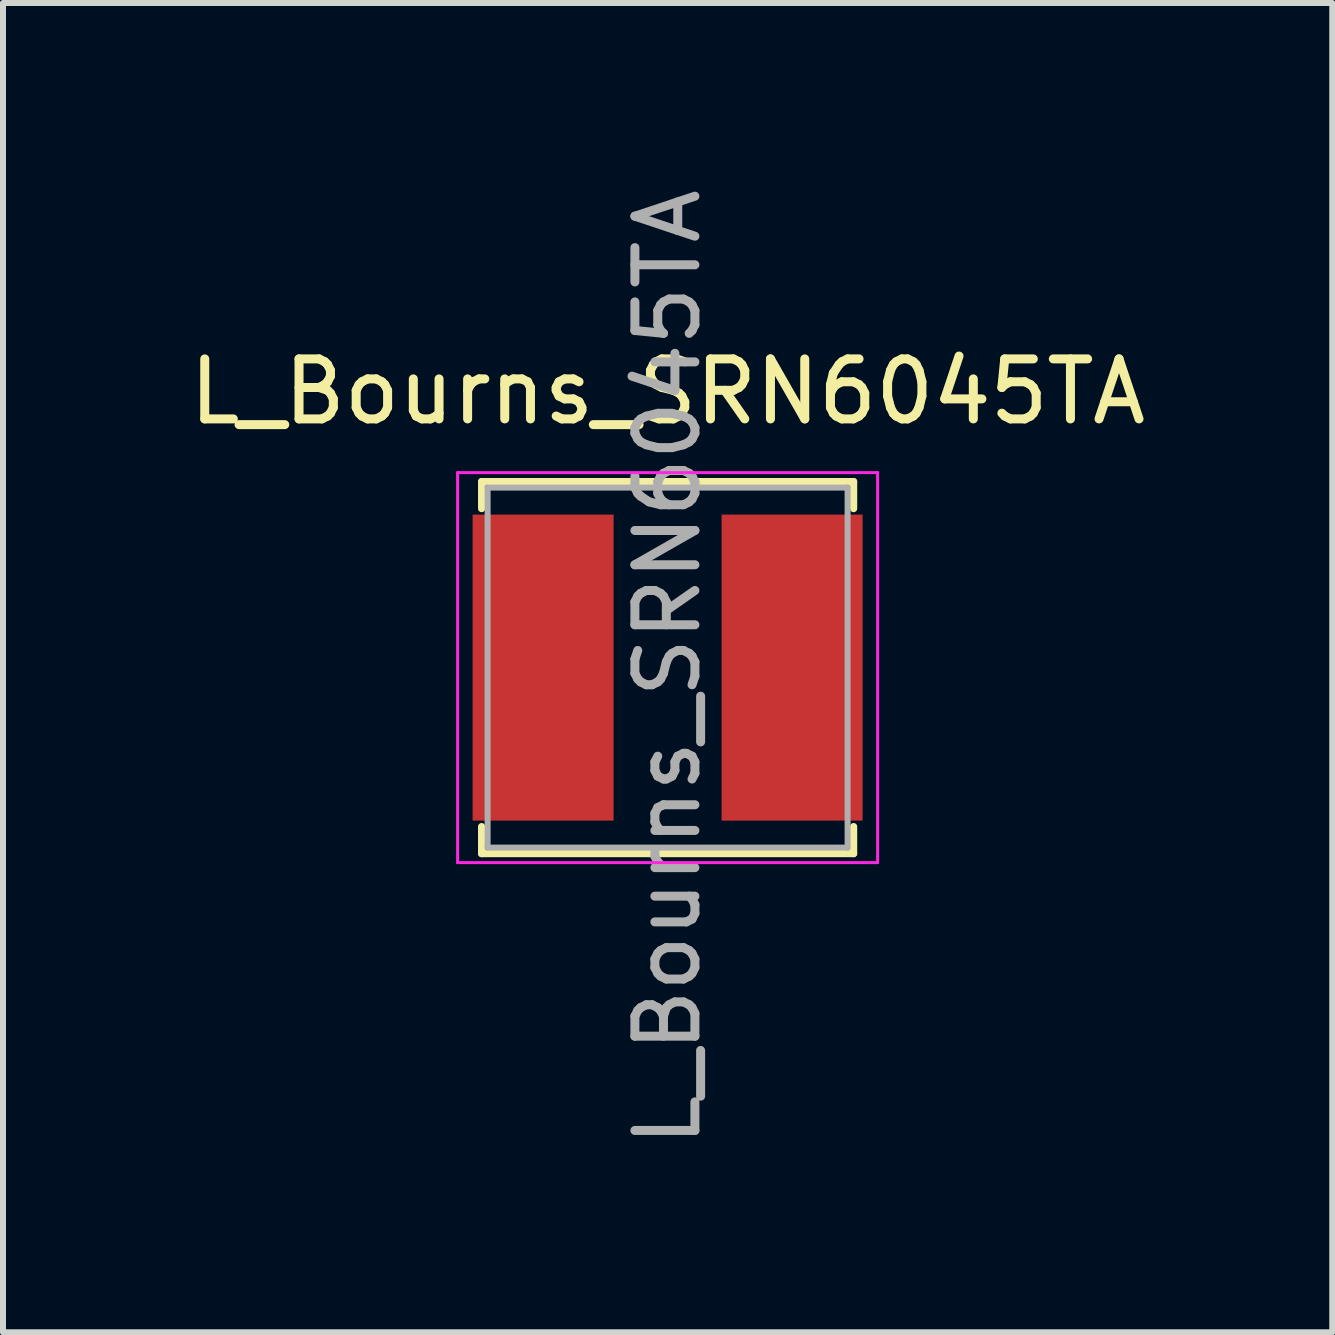
<source format=kicad_pcb>
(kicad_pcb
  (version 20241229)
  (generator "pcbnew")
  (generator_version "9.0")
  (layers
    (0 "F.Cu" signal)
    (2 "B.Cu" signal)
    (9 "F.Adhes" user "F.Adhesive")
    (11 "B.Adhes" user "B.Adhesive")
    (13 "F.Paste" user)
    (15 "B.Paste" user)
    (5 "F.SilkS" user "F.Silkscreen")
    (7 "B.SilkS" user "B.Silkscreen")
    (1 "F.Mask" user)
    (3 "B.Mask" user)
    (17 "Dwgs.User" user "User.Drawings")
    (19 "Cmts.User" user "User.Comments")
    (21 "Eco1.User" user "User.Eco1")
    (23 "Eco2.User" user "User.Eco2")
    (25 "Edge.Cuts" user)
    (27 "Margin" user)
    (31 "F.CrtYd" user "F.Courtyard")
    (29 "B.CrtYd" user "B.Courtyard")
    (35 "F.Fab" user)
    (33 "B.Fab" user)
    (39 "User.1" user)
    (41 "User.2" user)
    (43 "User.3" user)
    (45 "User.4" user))
  (footprint "L_Bourns_SRN6045TA"
    (layer "F.Cu")
    (at 8.077 8.077)
    (property "Reference" "L_Bourns_SRN6045TA" (at 0 -4.6 0) (layer "F.SilkS") (effects (font (size 1 1) (thickness 0.15))))
    (attr smd)
    (fp_line (start -3.1 -3.1) (end -3.1 -2.65) (stroke (width 0.12) (type solid)) (layer "F.SilkS"))
    (fp_line (start -3.1 -3.1) (end 3.1 -3.1) (stroke (width 0.12) (type solid)) (layer "F.SilkS"))
    (fp_line (start -3.1 3.1) (end -3.1 2.65) (stroke (width 0.12) (type solid)) (layer "F.SilkS"))
    (fp_line (start 3.1 -3.1) (end 3.1 -2.65) (stroke (width 0.12) (type solid)) (layer "F.SilkS"))
    (fp_line (start 3.1 3.1) (end -3.1 3.1) (stroke (width 0.12) (type solid)) (layer "F.SilkS"))
    (fp_line (start 3.1 3.1) (end 3.1 2.65) (stroke (width 0.12) (type solid)) (layer "F.SilkS"))
    (fp_line (start -3.5 -3.25) (end -3.5 3.25) (stroke (width 0.05) (type solid)) (layer "F.CrtYd"))
    (fp_line (start -3.5 3.25) (end 3.5 3.25) (stroke (width 0.05) (type solid)) (layer "F.CrtYd"))
    (fp_line (start 3.5 -3.25) (end -3.5 -3.25) (stroke (width 0.05) (type solid)) (layer "F.CrtYd"))
    (fp_line (start 3.5 3.25) (end 3.5 -3.25) (stroke (width 0.05) (type solid)) (layer "F.CrtYd"))
    (fp_line (start -3 -3) (end -3 3) (stroke (width 0.1) (type solid)) (layer "F.Fab"))
    (fp_line (start -3 -3) (end 3 -3) (stroke (width 0.1) (type solid)) (layer "F.Fab"))
    (fp_line (start -3 3) (end 3 3) (stroke (width 0.1) (type solid)) (layer "F.Fab"))
    (fp_line (start 3 3) (end 3 -3) (stroke (width 0.1) (type solid)) (layer "F.Fab"))
    (fp_text user "${REFERENCE}" (at 0 0 90) (layer "F.Fab") (effects (font (size 1 1) (thickness 0.15))))
    (pad "1" smd rect (at -2.075 0) (size 2.35 5.1) (layers "F.Cu" "F.Mask" "F.Paste"))
    (pad "2" smd rect (at 2.075 0) (size 2.35 5.1) (layers "F.Cu" "F.Mask" "F.Paste")))
  (gr_rect
    (start -3 -3)
    (end 19.155 19.155)
    (stroke (width 0.1) (type default))
    (fill no)
    (layer "Edge.Cuts")))
</source>
